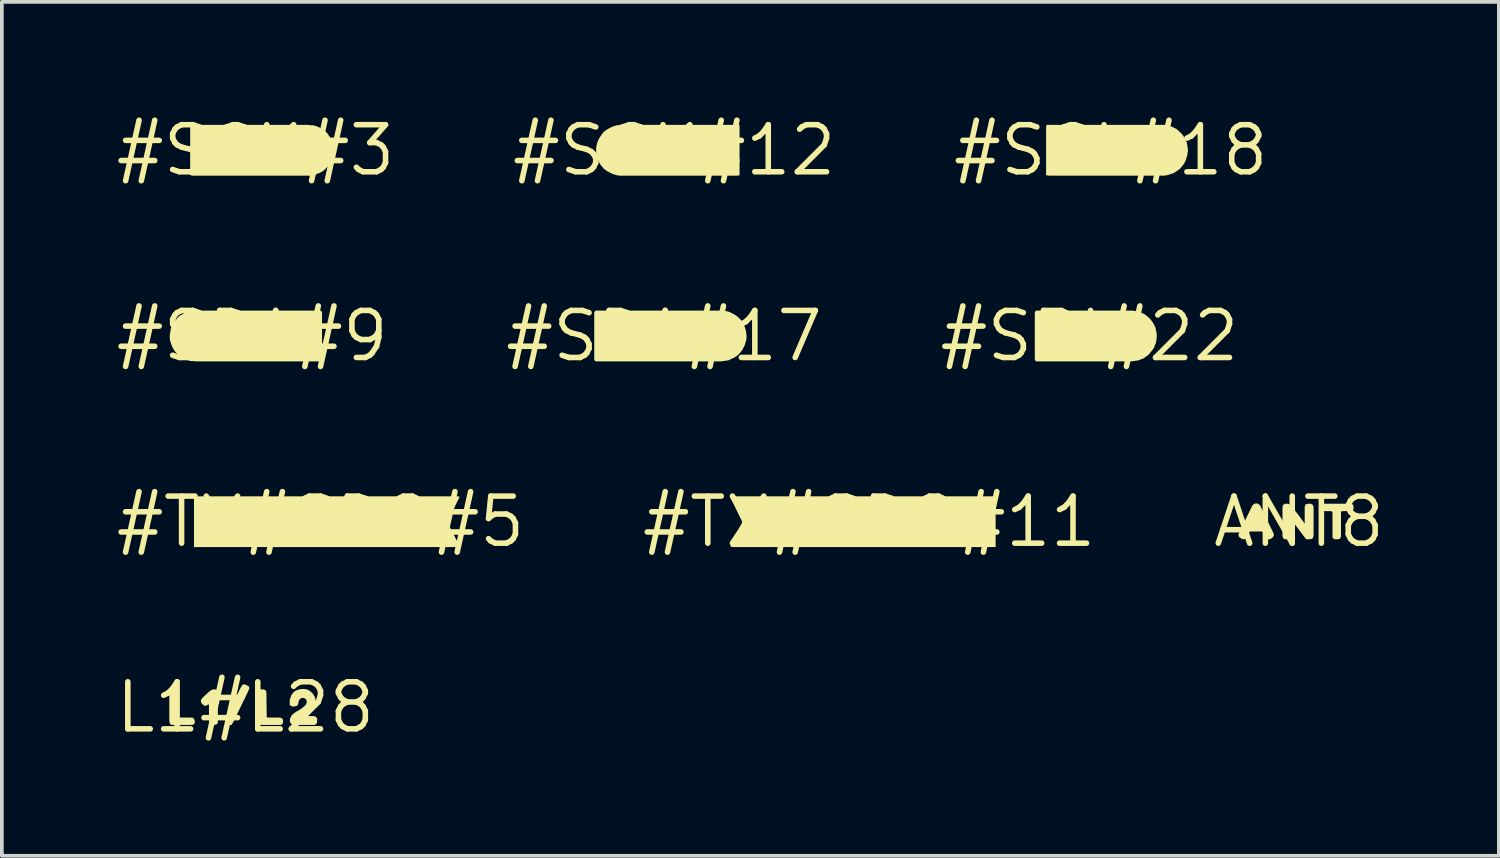
<source format=kicad_pcb>
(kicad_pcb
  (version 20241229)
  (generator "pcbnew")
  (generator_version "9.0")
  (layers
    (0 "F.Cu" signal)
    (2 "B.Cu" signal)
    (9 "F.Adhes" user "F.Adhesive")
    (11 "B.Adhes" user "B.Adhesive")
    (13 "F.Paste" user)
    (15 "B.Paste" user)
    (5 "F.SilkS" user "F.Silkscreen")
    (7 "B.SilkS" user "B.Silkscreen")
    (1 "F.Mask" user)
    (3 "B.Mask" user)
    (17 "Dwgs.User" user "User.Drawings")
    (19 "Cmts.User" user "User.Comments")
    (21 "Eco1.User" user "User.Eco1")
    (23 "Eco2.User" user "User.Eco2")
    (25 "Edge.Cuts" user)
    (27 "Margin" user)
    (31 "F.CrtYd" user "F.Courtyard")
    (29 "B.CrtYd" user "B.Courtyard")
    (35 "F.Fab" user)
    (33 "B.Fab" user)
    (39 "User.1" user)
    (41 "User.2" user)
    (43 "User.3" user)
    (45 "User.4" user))
  (footprint "#SCK#12"
    (layer "F.Cu")
    (at 15.147 1.006)
    (property "Reference" "#SCK#12" (at 0 0 0) (layer "F.SilkS") (effects (font (size 1.27 1.27) (thickness 0.15))))
    (fp_poly (pts (xy 1.765 0.674) (xy 1.71 0.685) (xy -1.47 0.685) (xy -1.541 0.675) (xy -1.611 0.655) (xy -1.672 0.635) (xy -1.793 0.574) (xy -1.853 0.534) (xy -1.904 0.494) (xy -1.944 0.443) (xy -1.994 0.383) (xy -2.024 0.322) (xy -2.055 0.262) (xy -2.075 0.201) (xy -2.095 0.131) (xy -2.105 0.07) (xy -2.105 -0.07) (xy -2.095 -0.131) (xy -2.075 -0.201) (xy -2.055 -0.262) (xy -2.024 -0.323) (xy -1.984 -0.383) (xy -1.944 -0.443) (xy -1.904 -0.494) (xy -1.853 -0.534) (xy -1.793 -0.574) (xy -1.672 -0.635) (xy -1.611 -0.655) (xy -1.541 -0.675) (xy -1.47 -0.685) (xy 1.765 -0.685)) (stroke (width 0) (type solid)) (fill yes) (layer "F.SilkS")))
  (footprint "#SCL#18"
    (layer "F.Cu")
    (at 26.931 1.006)
    (property "Reference" "#SCL#18" (at 0 0 0) (layer "F.SilkS") (effects (font (size 1.27 1.27) (thickness 0.15))))
    (fp_poly (pts (xy 1.521 -0.675) (xy 1.581 -0.655) (xy 1.652 -0.635) (xy 1.773 -0.574) (xy 1.823 -0.534) (xy 1.874 -0.484) (xy 1.924 -0.433) (xy 1.964 -0.383) (xy 2.055 -0.202) (xy 2.065 -0.131) (xy 2.075 -0.071) (xy 2.085 0) (xy 2.075 0.071) (xy 2.065 0.141) (xy 2.045 0.201) (xy 2.025 0.272) (xy 1.994 0.332) (xy 1.964 0.383) (xy 1.914 0.443) (xy 1.874 0.494) (xy 1.823 0.534) (xy 1.702 0.615) (xy 1.642 0.635) (xy 1.581 0.655) (xy 1.511 0.675) (xy 1.44 0.685) (xy -1.67 0.685) (xy -1.745 0.674) (xy -1.745 -0.62) (xy -1.734 -0.685) (xy 1.45 -0.685)) (stroke (width 0) (type solid)) (fill yes) (layer "F.SilkS")))
  (footprint "#SPI#22"
    (layer "F.Cu")
    (at 26.356 6.019)
    (property "Reference" "#SPI#22" (at 0 0 0) (layer "F.SilkS") (effects (font (size 1.27 1.27) (thickness 0.15))))
    (fp_poly (pts (xy 1.231 -0.675) (xy 1.301 -0.665) (xy 1.362 -0.645) (xy 1.432 -0.615) (xy 1.493 -0.584) (xy 1.543 -0.544) (xy 1.593 -0.504) (xy 1.644 -0.453) (xy 1.684 -0.403) (xy 1.724 -0.343) (xy 1.785 -0.222) (xy 1.795 -0.151) (xy 1.815 -0.081) (xy 1.815 0.05) (xy 1.805 0.121) (xy 1.795 0.181) (xy 1.765 0.252) (xy 1.745 0.312) (xy 1.704 0.373) (xy 1.664 0.423) (xy 1.624 0.473) (xy 1.573 0.524) (xy 1.513 0.564) (xy 1.462 0.604) (xy 1.402 0.625) (xy 1.331 0.655) (xy 1.271 0.665) (xy 1.201 0.675) (xy 1.13 0.685) (xy -1.442 0.685) (xy -1.475 0.642) (xy -1.475 -0.642) (xy -1.442 -0.685) (xy 1.17 -0.685)) (stroke (width 0) (type solid)) (fill yes) (layer "F.SilkS")))
  (footprint "L1#L28"
    (layer "F.Cu")
    (at 3.575 16.043)
    (property "Reference" "L1#L28" (at 0 0 0) (layer "F.SilkS") (effects (font (size 1.27 1.27) (thickness 0.15))))
    (fp_poly (pts (xy 0.022 -0.605) (xy 0.094 -0.563) (xy 0.105 -0.509) (xy 0.075 -0.438) (xy -0.336 0.412) (xy -0.377 0.475) (xy -0.431 0.475) (xy -0.513 0.444) (xy -0.545 0.391) (xy -0.535 0.329) (xy -0.515 0.268) (xy -0.134 -0.522) (xy -0.094 -0.594) (xy -0.041 -0.625)) (stroke (width 0) (type solid)) (fill yes) (layer "F.SilkS"))
    (fp_poly (pts (xy 0.555 -0.453) (xy 0.565 -0.39) (xy 0.575 0.275) (xy 0.9 0.275) (xy 0.973 0.285) (xy 1.015 0.338) (xy 1.015 0.411) (xy 0.983 0.465) (xy 0.92 0.475) (xy 0.44 0.475) (xy 0.367 0.465) (xy 0.335 0.422) (xy 0.335 -0.4) (xy 0.346 -0.453) (xy 0.409 -0.485) (xy 0.491 -0.485)) (stroke (width 0) (type solid)) (fill yes) (layer "F.SilkS"))
    (fp_poly (pts (xy -1.836 -0.453) (xy -1.815 -0.391) (xy -1.815 0.275) (xy -1.48 0.275) (xy -1.407 0.285) (xy -1.375 0.338) (xy -1.365 0.411) (xy -1.397 0.465) (xy -1.47 0.475) (xy -1.94 0.475) (xy -2.023 0.465) (xy -2.045 0.422) (xy -2.055 0.35) (xy -2.055 -0.401) (xy -2.034 -0.453) (xy -1.981 -0.485) (xy -1.889 -0.485)) (stroke (width 0) (type solid)) (fill yes) (layer "F.SilkS"))
    (fp_poly (pts (xy -0.755 -0.453) (xy -0.745 -0.39) (xy -0.745 0.422) (xy -0.788 0.465) (xy -0.87 0.475) (xy -0.943 0.465) (xy -0.975 0.412) (xy -0.985 0.35) (xy -0.985 -0.059) (xy -0.993 -0.083) (xy -1.059 -0.045) (xy -1.112 -0.045) (xy -1.174 -0.097) (xy -1.205 -0.159) (xy -1.195 -0.212) (xy -1.144 -0.273) (xy -0.993 -0.414) (xy -0.943 -0.454) (xy -0.881 -0.485) (xy -0.809 -0.485)) (stroke (width 0) (type solid)) (fill yes) (layer "F.SilkS"))
    (fp_poly (pts (xy 1.662 -0.485) (xy 1.723 -0.454) (xy 1.773 -0.414) (xy 1.824 -0.363) (xy 1.854 -0.312) (xy 1.885 -0.252) (xy 1.895 -0.18) (xy 1.895 -0.11) (xy 1.885 -0.049) (xy 1.865 0.022) (xy 1.824 0.073) (xy 1.773 0.124) (xy 1.713 0.174) (xy 1.663 0.204) (xy 1.618 0.231) (xy 1.622 0.235) (xy 1.82 0.235) (xy 1.893 0.245) (xy 1.935 0.298) (xy 1.935 0.37) (xy 1.925 0.433) (xy 1.872 0.475) (xy 1.268 0.475) (xy 1.216 0.423) (xy 1.195 0.36) (xy 1.205 0.298) (xy 1.236 0.237) (xy 1.276 0.186) (xy 1.327 0.146) (xy 1.507 0.036) (xy 1.606 -0.043) (xy 1.645 -0.102) (xy 1.655 -0.16) (xy 1.636 -0.217) (xy 1.578 -0.255) (xy 1.512 -0.255) (xy 1.464 -0.217) (xy 1.435 -0.158) (xy 1.425 -0.099) (xy 1.404 -0.046) (xy 1.331 -0.025) (xy 1.248 -0.025) (xy 1.195 -0.068) (xy 1.195 -0.201) (xy 1.215 -0.262) (xy 1.235 -0.322) (xy 1.276 -0.383) (xy 1.327 -0.434) (xy 1.388 -0.465) (xy 1.449 -0.485) (xy 1.52 -0.495) (xy 1.59 -0.495)) (stroke (width 0) (type solid)) (fill yes) (layer "F.SilkS")))
  (footprint "#TX#SDO#5"
    (layer "F.Cu")
    (at 5.601 11.031)
    (property "Reference" "#TX#SDO#5" (at 0 0 0) (layer "F.SilkS") (effects (font (size 1.27 1.27) (thickness 0.15))))
    (fp_poly (pts (xy 3.757 -0.674) (xy 3.425 0.000367) (xy 3.445 0.058) (xy 3.757 0.663) (xy 3.701 0.685) (xy -3.415 0.685) (xy -3.415 -0.674) (xy -3.35 -0.685) (xy 3.69 -0.685)) (stroke (width 0) (type solid)) (fill yes) (layer "F.SilkS")))
  (footprint "#TX#SDO#11"
    (layer "F.Cu")
    (at 20.409 11.031)
    (property "Reference" "#TX#SDO#11" (at 0 0 0) (layer "F.SilkS") (effects (font (size 1.27 1.27) (thickness 0.15))))
    (fp_poly (pts (xy 3.415 -0.674) (xy 3.415 0.685) (xy -3.701 0.685) (xy -3.747 0.662) (xy -3.445 0.058) (xy -3.425 0.000367) (xy -3.757 -0.674) (xy -3.69 -0.685) (xy 3.36 -0.685)) (stroke (width 0) (type solid)) (fill yes) (layer "F.SilkS")))
  (footprint "ANT8"
    (layer "F.Cu")
    (at 32.011 11.031)
    (property "Reference" "ANT8" (at 0 0 0) (layer "F.SilkS") (effects (font (size 1.27 1.27) (thickness 0.15))))
    (fp_poly (pts (xy 1.465 -0.453) (xy 1.475 -0.38) (xy 1.465 -0.317) (xy 1.401 -0.285) (xy 1.19 -0.285) (xy 1.135 -0.276) (xy 1.135 0.401) (xy 1.103 0.465) (xy 1.04 0.475) (xy 0.958 0.475) (xy 0.905 0.432) (xy 0.905 -0.248) (xy 0.877 -0.285) (xy 0.68 -0.285) (xy 0.608 -0.295) (xy 0.565 -0.338) (xy 0.555 -0.411) (xy 0.587 -0.475) (xy 0.66 -0.485) (xy 1.411 -0.485)) (stroke (width 0) (type solid)) (fill yes) (layer "F.SilkS"))
    (fp_poly (pts (xy -1.077 -0.464) (xy -1.046 -0.433) (xy -0.685 0.318) (xy -0.675 0.371) (xy -0.706 0.423) (xy -0.778 0.475) (xy -0.842 0.475) (xy -0.894 0.433) (xy -0.954 0.303) (xy -0.992 0.265) (xy -1.327 0.265) (xy -1.386 0.382) (xy -1.416 0.444) (xy -1.479 0.475) (xy -1.542 0.465) (xy -1.614 0.413) (xy -1.635 0.36) (xy -1.615 0.298) (xy -1.284 -0.382) (xy -1.254 -0.443) (xy -1.202 -0.485) (xy -1.129 -0.495)) (stroke (width 0) (type solid)) (fill yes) (layer "F.SilkS"))
    (fp_poly (pts (xy -0.237 -0.464) (xy -0.196 -0.413) (xy 0.014 -0.143) (xy 0.155 0.054) (xy 0.155 -0.401) (xy 0.176 -0.464) (xy 0.249 -0.485) (xy 0.321 -0.485) (xy 0.374 -0.453) (xy 0.395 -0.391) (xy 0.395 0.36) (xy 0.385 0.422) (xy 0.353 0.465) (xy 0.27 0.475) (xy 0.198 0.475) (xy 0.146 0.413) (xy -0.207 -0.058) (xy -0.215 -0.01) (xy -0.215 0.401) (xy -0.236 0.454) (xy -0.299 0.475) (xy -0.392 0.475) (xy -0.435 0.432) (xy -0.445 0.37) (xy -0.445 -0.37) (xy -0.435 -0.443) (xy -0.382 -0.485) (xy -0.309 -0.485)) (stroke (width 0) (type solid)) (fill yes) (layer "F.SilkS")))
  (footprint "#SDA#17"
    (layer "F.Cu")
    (at 14.875 6.019)
    (property "Reference" "#SDA#17" (at 0 0 0) (layer "F.SilkS") (effects (font (size 1.27 1.27) (thickness 0.15))))
    (fp_poly (pts (xy 1.641 -0.675) (xy 1.711 -0.665) (xy 1.772 -0.645) (xy 1.893 -0.584) (xy 1.953 -0.544) (xy 2.003 -0.504) (xy 2.054 -0.453) (xy 2.094 -0.403) (xy 2.134 -0.343) (xy 2.165 -0.282) (xy 2.185 -0.221) (xy 2.205 -0.151) (xy 2.215 -0.091) (xy 2.225 -0.02) (xy 2.225 0.05) (xy 2.215 0.121) (xy 2.195 0.181) (xy 2.175 0.252) (xy 2.114 0.373) (xy 2.074 0.423) (xy 2.034 0.473) (xy 1.983 0.524) (xy 1.923 0.564) (xy 1.872 0.594) (xy 1.802 0.625) (xy 1.742 0.655) (xy 1.681 0.665) (xy 1.611 0.675) (xy 1.54 0.685) (xy -1.842 0.685) (xy -1.885 0.652) (xy -1.885 -0.642) (xy -1.853 -0.685) (xy 1.57 -0.685)) (stroke (width 0) (type solid)) (fill yes) (layer "F.SilkS")))
  (footprint "#SCK#3"
    (layer "F.Cu")
    (at 3.848 1.006)
    (property "Reference" "#SCK#3" (at 0 0 0) (layer "F.SilkS") (effects (font (size 1.27 1.27) (thickness 0.15))))
    (fp_poly (pts (xy 1.48 -0.675) (xy 1.551 -0.675) (xy 1.621 -0.655) (xy 1.682 -0.635) (xy 1.743 -0.604) (xy 1.803 -0.564) (xy 1.863 -0.524) (xy 1.914 -0.484) (xy 1.954 -0.433) (xy 1.994 -0.373) (xy 2.035 -0.322) (xy 2.055 -0.252) (xy 2.085 -0.192) (xy 2.095 -0.121) (xy 2.105 -0.06) (xy 2.105 0.08) (xy 2.095 0.141) (xy 2.075 0.211) (xy 2.055 0.272) (xy 2.024 0.333) (xy 1.984 0.393) (xy 1.944 0.443) (xy 1.894 0.494) (xy 1.843 0.544) (xy 1.783 0.584) (xy 1.722 0.615) (xy 1.662 0.635) (xy 1.602 0.665) (xy 1.531 0.675) (xy 1.46 0.685) (xy -1.721 0.685) (xy -1.765 0.663) (xy -1.765 -0.63) (xy -1.754 -0.685) (xy 1.42 -0.685)) (stroke (width 0) (type solid)) (fill yes) (layer "F.SilkS")))
  (footprint "#SDA#9"
    (layer "F.Cu")
    (at 3.757 6.019)
    (property "Reference" "#SDA#9" (at 0 0 0) (layer "F.SilkS") (effects (font (size 1.27 1.27) (thickness 0.15))))
    (fp_poly (pts (xy 1.885 -0.652) (xy 1.885 0.642) (xy 1.853 0.685) (xy -1.53 0.685) (xy -1.6 0.675) (xy -1.671 0.675) (xy -1.731 0.655) (xy -1.802 0.635) (xy -1.863 0.604) (xy -1.923 0.564) (xy -1.973 0.524) (xy -2.023 0.484) (xy -2.074 0.433) (xy -2.114 0.373) (xy -2.144 0.322) (xy -2.175 0.252) (xy -2.195 0.192) (xy -2.215 0.131) (xy -2.225 0.06) (xy -2.225 -0.01) (xy -2.215 -0.081) (xy -2.205 -0.141) (xy -2.195 -0.212) (xy -2.134 -0.333) (xy -2.094 -0.393) (xy -2.054 -0.443) (xy -2.014 -0.493) (xy -1.963 -0.544) (xy -1.903 -0.574) (xy -1.842 -0.615) (xy -1.781 -0.635) (xy -1.711 -0.655) (xy -1.651 -0.675) (xy -1.58 -0.685) (xy 1.842 -0.685)) (stroke (width 0) (type solid)) (fill yes) (layer "F.SilkS")))
  (gr_rect
    (start -3 -3)
    (end 37.407 20.05)
    (stroke (width 0.1) (type default))
    (fill no)
    (layer "Edge.Cuts")))
</source>
